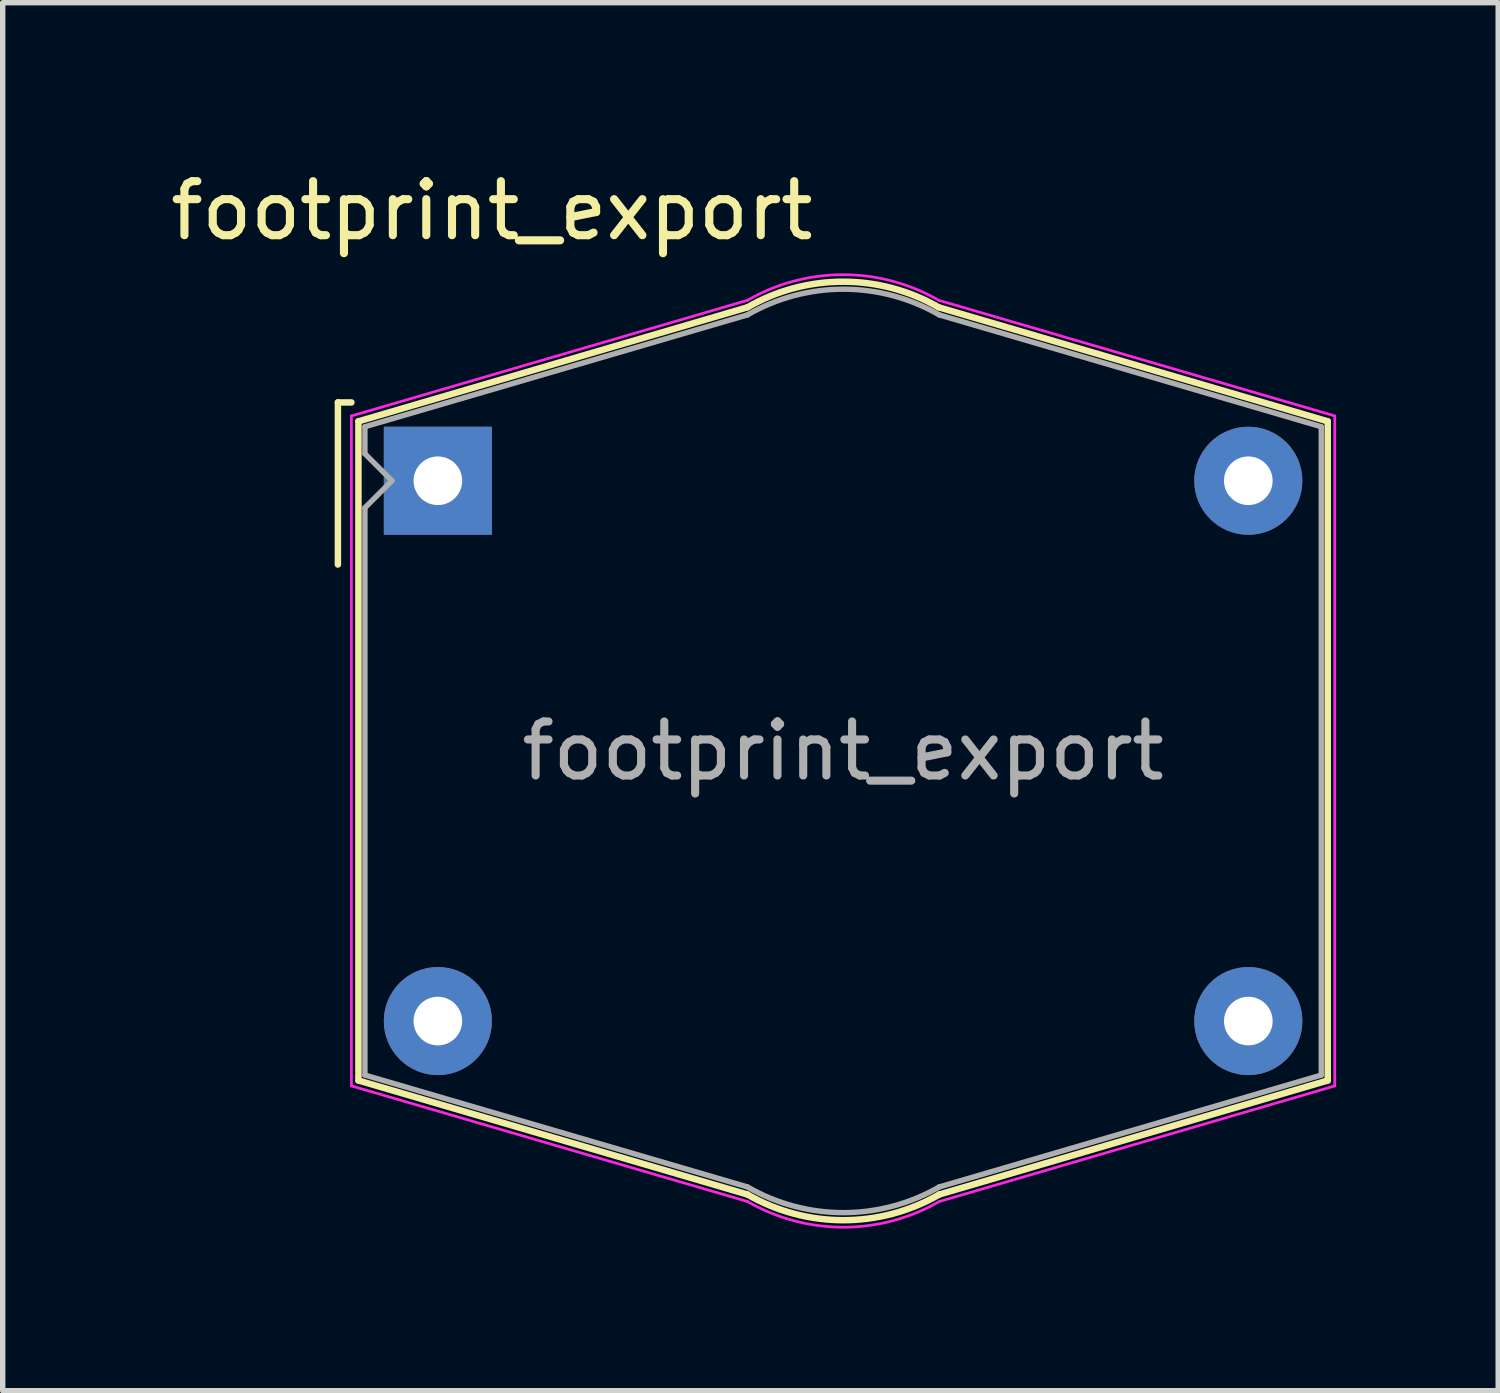
<source format=kicad_pcb>
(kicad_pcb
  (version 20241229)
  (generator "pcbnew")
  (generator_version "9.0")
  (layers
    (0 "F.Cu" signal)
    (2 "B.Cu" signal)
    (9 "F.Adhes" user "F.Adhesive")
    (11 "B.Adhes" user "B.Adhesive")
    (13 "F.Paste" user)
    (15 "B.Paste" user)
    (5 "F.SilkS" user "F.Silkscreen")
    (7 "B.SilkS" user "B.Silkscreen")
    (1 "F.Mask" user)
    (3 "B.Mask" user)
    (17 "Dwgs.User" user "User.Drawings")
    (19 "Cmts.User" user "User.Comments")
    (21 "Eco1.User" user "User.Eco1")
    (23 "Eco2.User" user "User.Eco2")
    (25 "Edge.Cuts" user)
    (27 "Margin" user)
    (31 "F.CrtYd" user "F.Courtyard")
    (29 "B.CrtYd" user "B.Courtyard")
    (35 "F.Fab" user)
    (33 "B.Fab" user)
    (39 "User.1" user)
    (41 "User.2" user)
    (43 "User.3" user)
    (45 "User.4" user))
  (footprint "footprint_export"
    (layer "F.Cu")
    (at 5.054 5.848)
    (property "Reference" "footprint_export" (at 1 -5 0) (layer "F.SilkS") (effects (font (size 1 1) (thickness 0.15))))
    (attr through_hole)
    (fp_line (start -1.85 -1.45) (end -1.85 1.55) (stroke (width 0.12) (type solid)) (layer "F.SilkS"))
    (fp_line (start -1.85 -1.45) (end -1.6 -1.45) (stroke (width 0.12) (type solid)) (layer "F.SilkS"))
    (fp_line (start -1.47 -1.1) (end 5.73 -3.21) (stroke (width 0.12) (type solid)) (layer "F.SilkS"))
    (fp_line (start -1.47 11.1) (end -1.47 -1.1) (stroke (width 0.12) (type solid)) (layer "F.SilkS"))
    (fp_line (start 5.73 13.21) (end -1.47 11.1) (stroke (width 0.12) (type solid)) (layer "F.SilkS"))
    (fp_line (start 9.27 -3.21) (end 16.47 -1.1) (stroke (width 0.12) (type solid)) (layer "F.SilkS"))
    (fp_line (start 16.47 -1.1) (end 16.47 11.1) (stroke (width 0.12) (type solid)) (layer "F.SilkS"))
    (fp_line (start 16.47 11.1) (end 9.28 13.21) (stroke (width 0.12) (type solid)) (layer "F.SilkS"))
    (fp_arc (start 5.73 -3.21) (mid 7.5 -3.68427) (end 9.27 -3.21) (stroke (width 0.12) (type solid)) (layer "F.SilkS"))
    (fp_arc (start 9.28 13.21) (mid 7.505 13.68561) (end 5.73 13.21) (stroke (width 0.12) (type solid)) (layer "F.SilkS"))
    (fp_line (start -1.6 -1.2) (end 5.73 -3.34) (stroke (width 0.05) (type solid)) (layer "F.CrtYd"))
    (fp_line (start -1.6 11.2) (end -1.6 -1.2) (stroke (width 0.05) (type solid)) (layer "F.CrtYd"))
    (fp_line (start 5.73 13.34) (end -1.6 11.2) (stroke (width 0.05) (type solid)) (layer "F.CrtYd"))
    (fp_line (start 9.27 -3.34) (end 16.6 -1.2) (stroke (width 0.05) (type solid)) (layer "F.CrtYd"))
    (fp_line (start 16.6 -1.2) (end 16.6 11.2) (stroke (width 0.05) (type solid)) (layer "F.CrtYd"))
    (fp_line (start 16.6 11.2) (end 9.28 13.34) (stroke (width 0.05) (type solid)) (layer "F.CrtYd"))
    (fp_arc (start 5.73 -3.34) (mid 7.5 -3.81427) (end 9.27 -3.34) (stroke (width 0.05) (type solid)) (layer "F.CrtYd"))
    (fp_arc (start 9.28 13.34) (mid 7.505 13.81561) (end 5.73 13.34) (stroke (width 0.05) (type solid)) (layer "F.CrtYd"))
    (fp_line (start -1.35 -1) (end 5.73 -3.07) (stroke (width 0.1) (type solid)) (layer "F.Fab"))
    (fp_line (start -1.35 -0.5) (end -1.35 -1) (stroke (width 0.1) (type solid)) (layer "F.Fab"))
    (fp_line (start -1.35 0.5) (end -0.85 0) (stroke (width 0.1) (type solid)) (layer "F.Fab"))
    (fp_line (start -1.35 11) (end -1.35 0.5) (stroke (width 0.1) (type solid)) (layer "F.Fab"))
    (fp_line (start -0.85 0) (end -1.35 -0.5) (stroke (width 0.1) (type solid)) (layer "F.Fab"))
    (fp_line (start 5.73 13.07) (end -1.35 11) (stroke (width 0.1) (type solid)) (layer "F.Fab"))
    (fp_line (start 9.28 -3.07) (end 16.35 -1) (stroke (width 0.1) (type solid)) (layer "F.Fab"))
    (fp_line (start 16.35 -1) (end 16.35 11) (stroke (width 0.1) (type solid)) (layer "F.Fab"))
    (fp_line (start 16.35 11) (end 9.28 13.07) (stroke (width 0.1) (type solid)) (layer "F.Fab"))
    (fp_arc (start 5.73 -3.07) (mid 7.505 -3.54561) (end 9.28 -3.07) (stroke (width 0.1) (type solid)) (layer "F.Fab"))
    (fp_arc (start 9.28 13.07) (mid 7.505 13.54561) (end 5.73 13.07) (stroke (width 0.1) (type solid)) (layer "F.Fab"))
    (fp_text user "${REFERENCE}" (at 7.5 5 0) (layer "F.Fab") (effects (font (size 1 1) (thickness 0.15))))
    (pad "1" thru_hole rect (at 0 0) (size 2 2) (drill 0.9) (layers "*.Cu" "*.Mask"))
    (pad "2" thru_hole circle (at 15 0) (size 2 2) (drill 0.9) (layers "*.Cu" "*.Mask"))
    (pad "3" thru_hole circle (at 0 10) (size 2 2) (drill 0.9) (layers "*.Cu" "*.Mask"))
    (pad "4" thru_hole circle (at 15 10) (size 2 2) (drill 0.9) (layers "*.Cu" "*.Mask")))
  (gr_rect
    (start -3 -3)
    (end 24.679 22.689)
    (stroke (width 0.1) (type default))
    (fill no)
    (layer "Edge.Cuts")))
</source>
